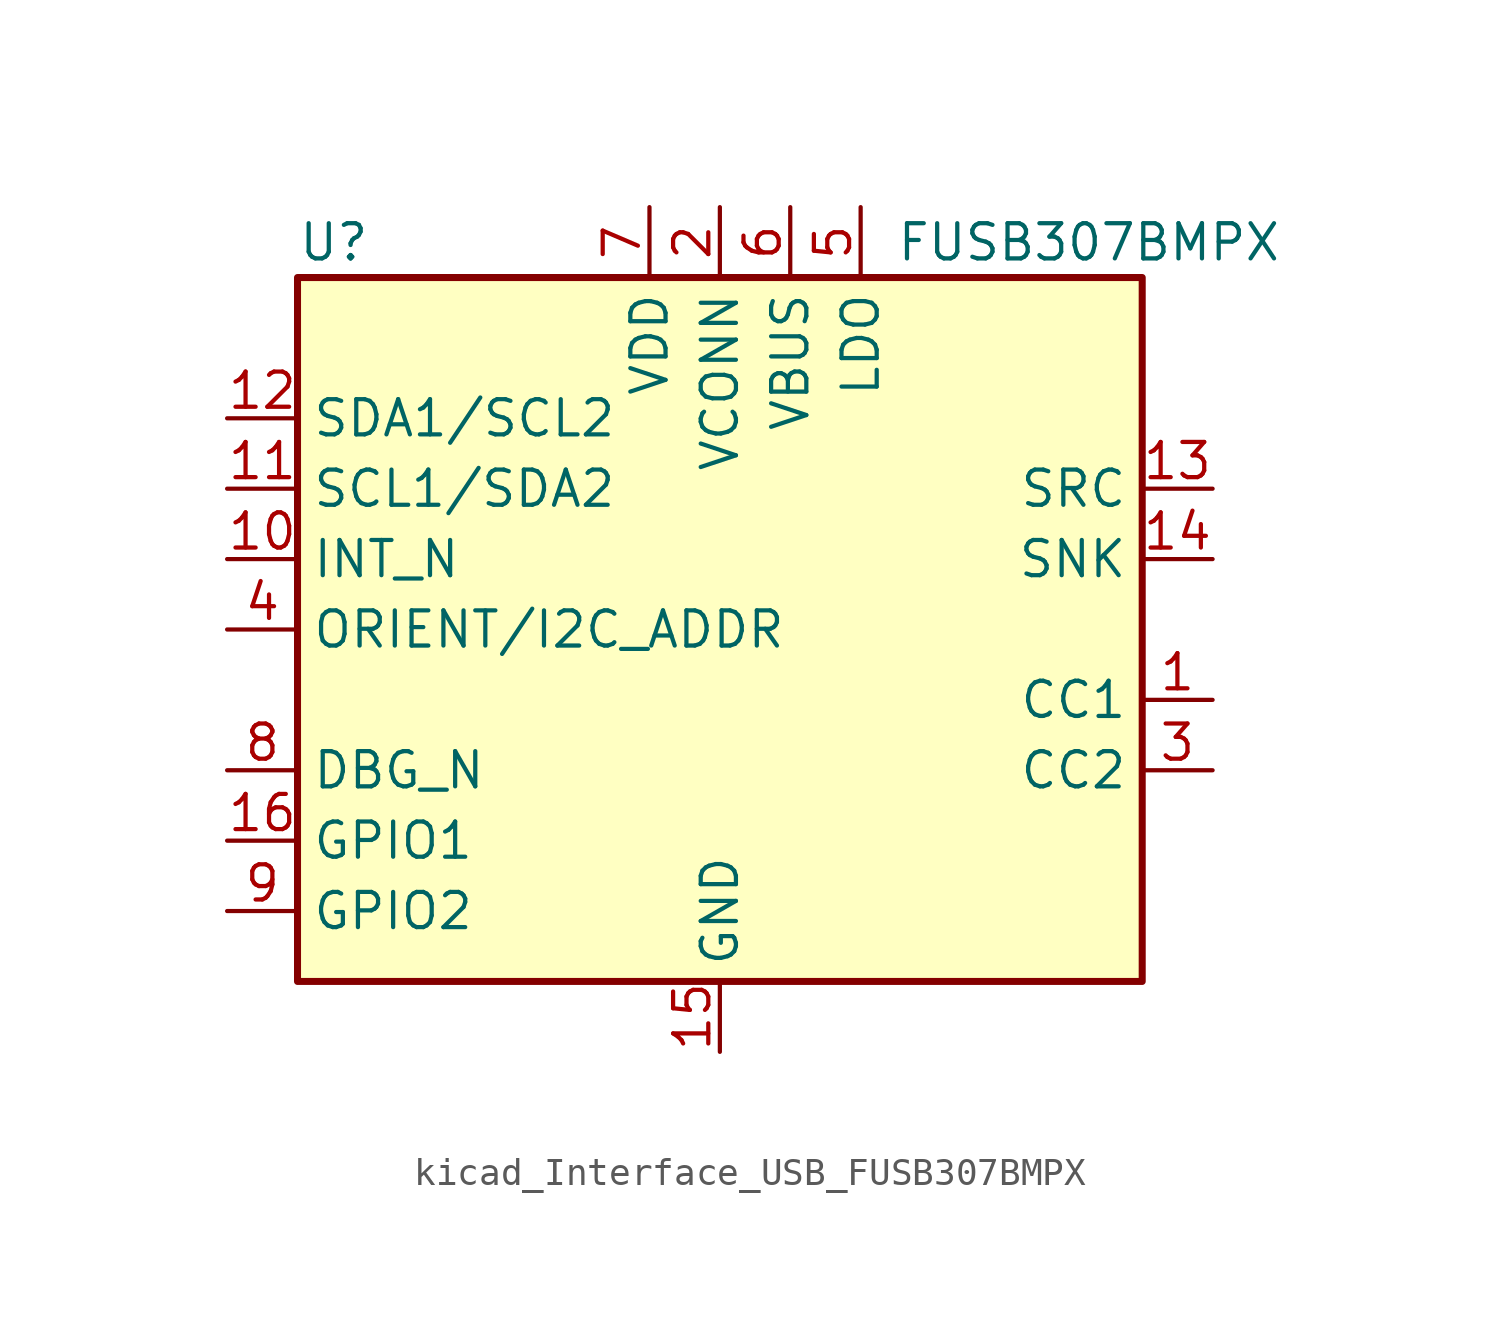
<source format=kicad_sym>
(kicad_symbol_lib
  (version 20220914)
  (generator kicad_symbol_editor)
  (symbol "kicad_Interface_USB_FUSB307BMPX"
    (property "Reference" "U"
      (at -15.24 13.97 0)
      (effects (font (size 1.27 1.27)) (justify left)))
    (property "Value" "FUSB307BMPX"
      (at 6.35 13.97 0)
      (effects (font (size 1.27 1.27)) (justify left)))
    (symbol "kicad_Interface_USB_FUSB307BMPX_0_1"
      (rectangle (start -15.24 12.7) (end 15.24 -12.7) (stroke (width 0.254) (type default)) (fill (type background))))
    (symbol "kicad_Interface_USB_FUSB307BMPX_1_1"
      (pin bidirectional line (at 17.78 -2.54 180) (length 2.54) (name "CC1" (effects (font (size 1.27 1.27)))) (number "1" (effects (font (size 1.27 1.27)))))
      (pin open_collector line (at -17.78 2.54 0) (length 2.54) (name "INT_N" (effects (font (size 1.27 1.27)))) (number "10" (effects (font (size 1.27 1.27)))))
      (pin bidirectional line (at -17.78 5.08 0) (length 2.54) (name "SCL1/SDA2" (effects (font (size 1.27 1.27)))) (number "11" (effects (font (size 1.27 1.27)))))
      (pin bidirectional line (at -17.78 7.62 0) (length 2.54) (name "SDA1/SCL2" (effects (font (size 1.27 1.27)))) (number "12" (effects (font (size 1.27 1.27)))))
      (pin output line (at 17.78 5.08 180) (length 2.54) (name "SRC" (effects (font (size 1.27 1.27)))) (number "13" (effects (font (size 1.27 1.27)))))
      (pin output line (at 17.78 2.54 180) (length 2.54) (name "SNK" (effects (font (size 1.27 1.27)))) (number "14" (effects (font (size 1.27 1.27)))))
      (pin power_in line (at 0 -15.24 90) (length 2.54) (name "GND" (effects (font (size 1.27 1.27)))) (number "15" (effects (font (size 1.27 1.27)))))
      (pin bidirectional line (at -17.78 -7.62 0) (length 2.54) (name "GPIO1" (effects (font (size 1.27 1.27)))) (number "16" (effects (font (size 1.27 1.27)))))
      (pin passive line (at 0 -15.24 90) (length 2.54) hide (name "GND" (effects (font (size 1.27 1.27)))) (number "17" (effects (font (size 1.27 1.27)))))
      (pin power_in line (at 0 15.24 270) (length 2.54) (name "VCONN" (effects (font (size 1.27 1.27)))) (number "2" (effects (font (size 1.27 1.27)))))
      (pin bidirectional line (at 17.78 -5.08 180) (length 2.54) (name "CC2" (effects (font (size 1.27 1.27)))) (number "3" (effects (font (size 1.27 1.27)))))
      (pin tri_state line (at -17.78 0 0) (length 2.54) (name "ORIENT/I2C_ADDR" (effects (font (size 1.27 1.27)))) (number "4" (effects (font (size 1.27 1.27)))))
      (pin power_out line (at 5.08 15.24 270) (length 2.54) (name "LDO" (effects (font (size 1.27 1.27)))) (number "5" (effects (font (size 1.27 1.27)))))
      (pin power_in line (at 2.54 15.24 270) (length 2.54) (name "VBUS" (effects (font (size 1.27 1.27)))) (number "6" (effects (font (size 1.27 1.27)))))
      (pin power_in line (at -2.54 15.24 270) (length 2.54) (name "VDD" (effects (font (size 1.27 1.27)))) (number "7" (effects (font (size 1.27 1.27)))))
      (pin open_collector line (at -17.78 -5.08 0) (length 2.54) (name "DBG_N" (effects (font (size 1.27 1.27)))) (number "8" (effects (font (size 1.27 1.27)))))
      (pin bidirectional line (at -17.78 -10.16 0) (length 2.54) (name "GPIO2" (effects (font (size 1.27 1.27)))) (number "9" (effects (font (size 1.27 1.27))))))))
</source>
